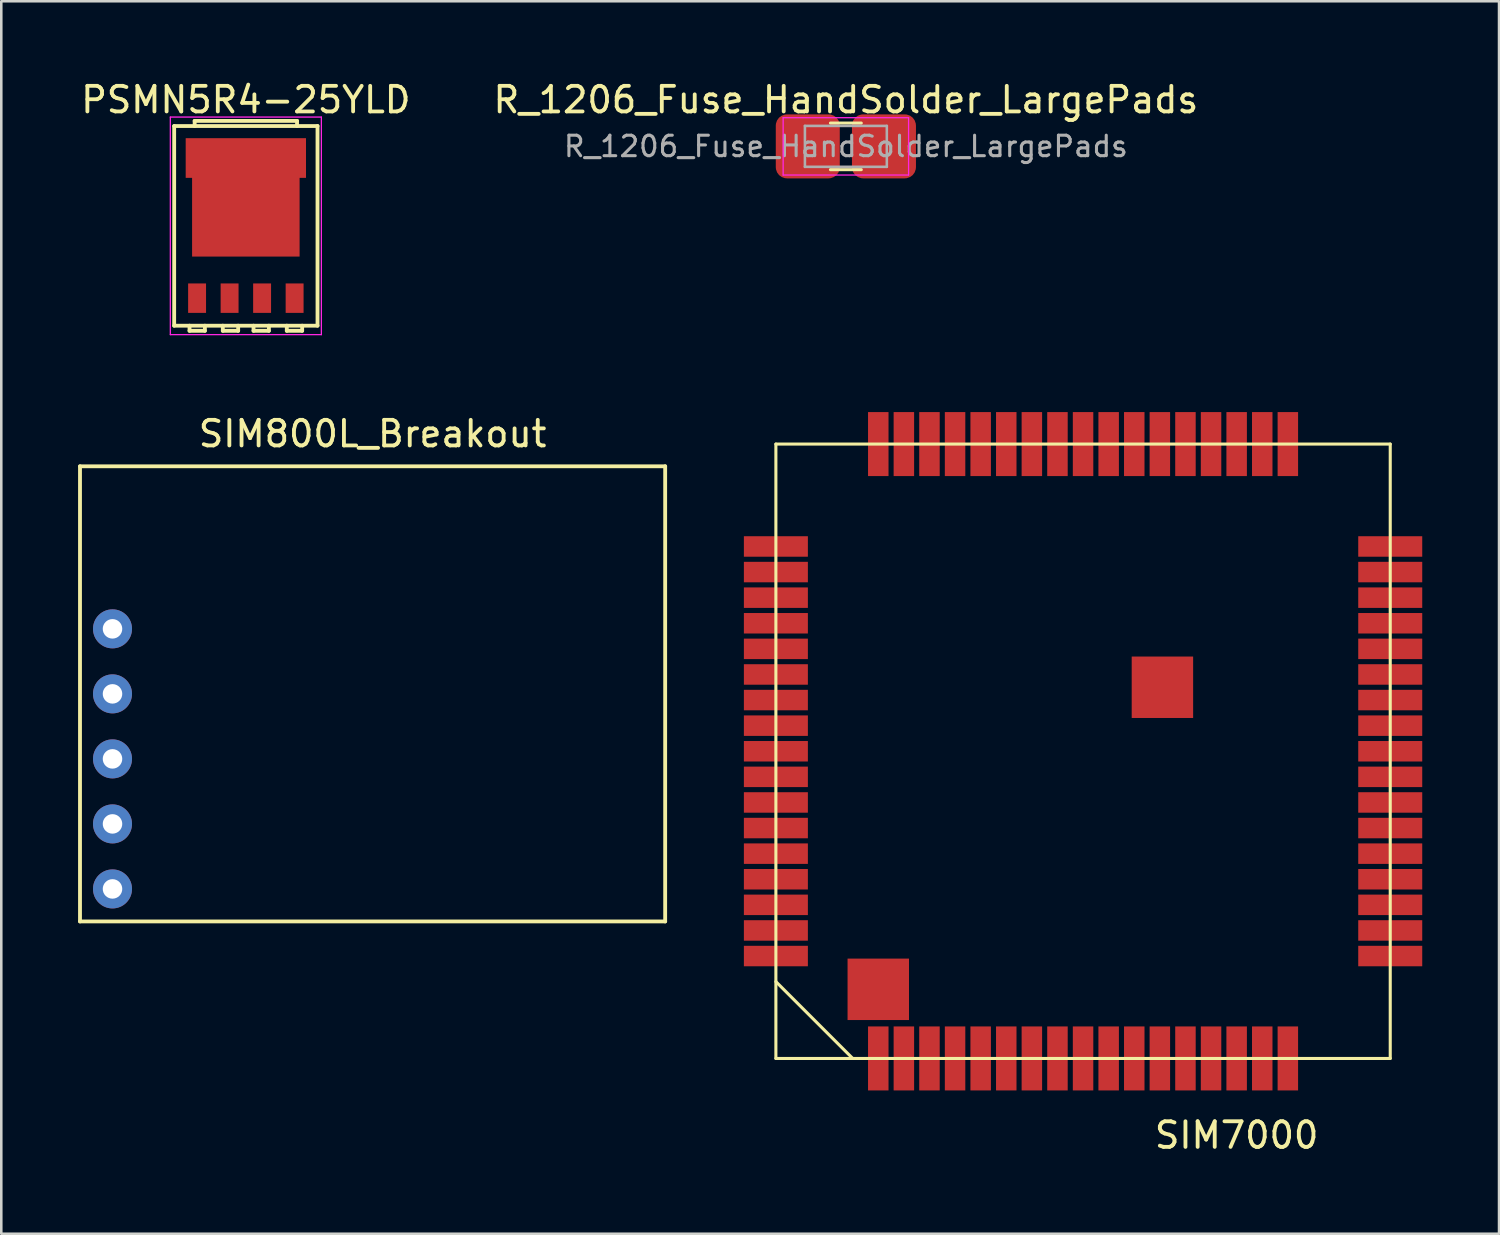
<source format=kicad_pcb>
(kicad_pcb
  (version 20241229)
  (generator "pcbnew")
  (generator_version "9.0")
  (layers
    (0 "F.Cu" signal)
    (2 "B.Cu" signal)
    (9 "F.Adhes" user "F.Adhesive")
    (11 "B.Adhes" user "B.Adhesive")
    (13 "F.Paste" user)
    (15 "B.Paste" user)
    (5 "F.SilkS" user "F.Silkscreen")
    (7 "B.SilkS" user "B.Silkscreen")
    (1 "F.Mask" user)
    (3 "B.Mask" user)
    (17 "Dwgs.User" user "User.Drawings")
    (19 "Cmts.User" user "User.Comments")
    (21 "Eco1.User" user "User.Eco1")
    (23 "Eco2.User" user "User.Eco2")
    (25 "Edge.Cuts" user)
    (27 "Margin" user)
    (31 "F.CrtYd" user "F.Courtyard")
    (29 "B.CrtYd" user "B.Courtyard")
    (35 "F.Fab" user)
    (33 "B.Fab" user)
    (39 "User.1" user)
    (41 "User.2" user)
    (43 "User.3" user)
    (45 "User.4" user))
  (footprint "SIM800L_Breakout"
    (layer "F.Cu")
    (at 11.505 24.056)
    (property "Reference" "SIM800L_Breakout" (at 0 -10.16 0) (layer "F.SilkS") (effects (font (size 1 1) (thickness 0.15))))
    (attr through_hole)
    (fp_line (start -11.43 -8.89) (end 11.43 -8.89) (stroke (width 0.15) (type solid)) (layer "F.SilkS"))
    (fp_line (start -11.43 8.89) (end -11.43 -8.89) (stroke (width 0.15) (type solid)) (layer "F.SilkS"))
    (fp_line (start 11.43 -8.89) (end 11.43 8.89) (stroke (width 0.15) (type solid)) (layer "F.SilkS"))
    (fp_line (start 11.43 8.89) (end -11.43 8.89) (stroke (width 0.15) (type solid)) (layer "F.SilkS"))
    (pad "1" thru_hole circle (at -10.16 -2.54) (size 1.524 1.524) (drill 0.762) (layers "*.Cu" "*.Mask"))
    (pad "2" thru_hole circle (at -10.16 0) (size 1.524 1.524) (drill 0.762) (layers "*.Cu" "*.Mask"))
    (pad "3" thru_hole circle (at -10.16 2.54) (size 1.524 1.524) (drill 0.762) (layers "*.Cu" "*.Mask"))
    (pad "4" thru_hole circle (at -10.16 5.08) (size 1.524 1.524) (drill 0.762) (layers "*.Cu" "*.Mask"))
    (pad "5" thru_hole circle (at -10.16 7.62) (size 1.524 1.524) (drill 0.762) (layers "*.Cu" "*.Mask")))
  (footprint "R_1206_Fuse_HandSolder_LargePads"
    (layer "F.Cu")
    (at 29.994 2.668)
    (property "Reference" "R_1206_Fuse_HandSolder_LargePads" (at 0 -1.82 0) (layer "F.SilkS") (effects (font (size 1 1) (thickness 0.15))))
    (attr smd)
    (fp_line (start -0.602 -0.91) (end 0.602 -0.91) (stroke (width 0.12) (type solid)) (layer "F.SilkS"))
    (fp_line (start -0.602 0.91) (end 0.602 0.91) (stroke (width 0.12) (type solid)) (layer "F.SilkS"))
    (fp_line (start -2.45 -1.12) (end 2.45 -1.12) (stroke (width 0.05) (type solid)) (layer "F.CrtYd"))
    (fp_line (start -2.45 1.12) (end -2.45 -1.12) (stroke (width 0.05) (type solid)) (layer "F.CrtYd"))
    (fp_line (start 2.45 -1.12) (end 2.45 1.12) (stroke (width 0.05) (type solid)) (layer "F.CrtYd"))
    (fp_line (start 2.45 1.12) (end -2.45 1.12) (stroke (width 0.05) (type solid)) (layer "F.CrtYd"))
    (fp_line (start -1.6 -0.8) (end 1.6 -0.8) (stroke (width 0.1) (type solid)) (layer "F.Fab"))
    (fp_line (start -1.6 0.8) (end -1.6 -0.8) (stroke (width 0.1) (type solid)) (layer "F.Fab"))
    (fp_line (start 1.6 -0.8) (end 1.6 0.8) (stroke (width 0.1) (type solid)) (layer "F.Fab"))
    (fp_line (start 1.6 0.8) (end -1.6 0.8) (stroke (width 0.1) (type solid)) (layer "F.Fab"))
    (fp_text user "${REFERENCE}" (at 0 0 0) (layer "F.Fab") (effects (font (size 0.8 0.8) (thickness 0.12))))
    (pad "1" smd roundrect (at -1.488 0) (size 2.5 2.5) (layers "F.Cu" "F.Mask" "F.Paste") (roundrect_rratio 0.175))
    (pad "2" smd roundrect (at 1.488 0) (size 2.5 2.5) (layers "F.Cu" "F.Mask" "F.Paste") (roundrect_rratio 0.175)))
  (footprint "PSMN5R4-25YLD"
    (layer "F.Cu")
    (at 6.554 5.773)
    (property "Reference" "PSMN5R4-25YLD" (at 0 -4.925 0) (layer "F.SilkS") (effects (font (size 1 1) (thickness 0.15))))
    (attr through_hole)
    (fp_line (start -2.8 -3.9) (end 2.8 -3.9) (stroke (width 0.15) (type solid)) (layer "F.SilkS"))
    (fp_line (start -2.8 3.9) (end -2.8 -3.9) (stroke (width 0.15) (type solid)) (layer "F.SilkS"))
    (fp_line (start -2.2 3.9) (end -2.2 4.1) (stroke (width 0.15) (type solid)) (layer "F.SilkS"))
    (fp_line (start -2.2 4.1) (end -1.6 4.1) (stroke (width 0.15) (type solid)) (layer "F.SilkS"))
    (fp_line (start -2 -4.1) (end 2 -4.1) (stroke (width 0.15) (type solid)) (layer "F.SilkS"))
    (fp_line (start -2 -3.9) (end -2 -4.1) (stroke (width 0.15) (type solid)) (layer "F.SilkS"))
    (fp_line (start -1.6 4.1) (end -1.6 3.9) (stroke (width 0.15) (type solid)) (layer "F.SilkS"))
    (fp_line (start -0.9 3.9) (end -0.9 4.1) (stroke (width 0.15) (type solid)) (layer "F.SilkS"))
    (fp_line (start -0.9 4.1) (end -0.3 4.1) (stroke (width 0.15) (type solid)) (layer "F.SilkS"))
    (fp_line (start -0.3 4.1) (end -0.3 3.9) (stroke (width 0.15) (type solid)) (layer "F.SilkS"))
    (fp_line (start 0.3 3.9) (end 0.3 4.1) (stroke (width 0.15) (type solid)) (layer "F.SilkS"))
    (fp_line (start 0.3 4.1) (end 0.9 4.1) (stroke (width 0.15) (type solid)) (layer "F.SilkS"))
    (fp_line (start 0.9 4.1) (end 0.9 3.9) (stroke (width 0.15) (type solid)) (layer "F.SilkS"))
    (fp_line (start 1.6 3.9) (end 1.6 4.1) (stroke (width 0.15) (type solid)) (layer "F.SilkS"))
    (fp_line (start 1.6 4.1) (end 2.2 4.1) (stroke (width 0.15) (type solid)) (layer "F.SilkS"))
    (fp_line (start 2 -4.1) (end 2 -3.9) (stroke (width 0.15) (type solid)) (layer "F.SilkS"))
    (fp_line (start 2.2 4.1) (end 2.2 3.9) (stroke (width 0.15) (type solid)) (layer "F.SilkS"))
    (fp_line (start 2.8 -3.9) (end 2.8 3.9) (stroke (width 0.15) (type solid)) (layer "F.SilkS"))
    (fp_line (start 2.8 3.9) (end -2.8 3.9) (stroke (width 0.15) (type solid)) (layer "F.SilkS"))
    (fp_line (start -2.95 -4.25) (end 2.95 -4.25) (stroke (width 0.05) (type solid)) (layer "F.CrtYd"))
    (fp_line (start -2.95 4.25) (end -2.95 -4.25) (stroke (width 0.05) (type solid)) (layer "F.CrtYd"))
    (fp_line (start -2.95 4.25) (end 2.95 4.25) (stroke (width 0.05) (type solid)) (layer "F.CrtYd"))
    (fp_line (start 2.95 -4.25) (end 2.95 4.25) (stroke (width 0.05) (type solid)) (layer "F.CrtYd"))
    (pad "" smd rect (at -1.875 -2.9) (size 0.6 0.9) (layers "F.Paste"))
    (pad "" smd rect (at -1.15 -1.05 90) (size 0.6 0.9) (layers "F.Paste"))
    (pad "" smd rect (at -1.15 -0.2 90) (size 0.6 0.9) (layers "F.Paste"))
    (pad "" smd rect (at -1.15 0.65 90) (size 0.6 0.9) (layers "F.Paste"))
    (pad "" smd rect (at -0.6 -2.9) (size 0.6 0.9) (layers "F.Paste"))
    (pad "" smd rect (at 0 -1.05 90) (size 0.6 0.9) (layers "F.Paste"))
    (pad "" smd rect (at 0 -0.2 90) (size 0.6 0.9) (layers "F.Paste"))
    (pad "" smd rect (at 0 0.65 90) (size 0.6 0.9) (layers "F.Paste"))
    (pad "" smd rect (at 0.6 -2.9) (size 0.6 0.9) (layers "F.Paste"))
    (pad "" smd rect (at 1.15 -1.05 90) (size 0.6 0.9) (layers "F.Paste"))
    (pad "" smd rect (at 1.15 -0.2 90) (size 0.6 0.9) (layers "F.Paste"))
    (pad "" smd rect (at 1.15 0.65 90) (size 0.6 0.9) (layers "F.Paste"))
    (pad "" smd rect (at 1.875 -2.9) (size 0.6 0.9) (layers "F.Paste"))
    (pad "1" smd rect (at -1.905 2.825) (size 0.7 1.15) (layers "F.Cu" "F.Mask" "F.Paste"))
    (pad "1" smd rect (at -0.635 2.825) (size 0.7 1.15) (layers "F.Cu" "F.Mask" "F.Paste"))
    (pad "1" smd rect (at 0.635 2.825) (size 0.7 1.15) (layers "F.Cu" "F.Mask" "F.Paste"))
    (pad "2" smd rect (at 1.905 2.825) (size 0.7 1.15) (layers "F.Cu" "F.Mask" "F.Paste"))
    (pad "3" smd rect (at 0 -2.65) (size 4.7 1.55) (layers "F.Cu" "F.Mask"))
    (pad "3" smd rect (at 0 -0.45) (size 4.2 3.3) (layers "F.Cu" "F.Mask")))
  (footprint "SIM7000"
    (layer "F.Cu")
    (at 39.26 26.298)
    (property "Reference" "SIM7000" (at 6 15 0) (layer "F.SilkS") (effects (font (size 1 1) (thickness 0.15))))
    (attr through_hole)
    (fp_line (start -12 -12) (end 12 -12) (stroke (width 0.12) (type solid)) (layer "F.SilkS"))
    (fp_line (start -12 9) (end -9 12) (stroke (width 0.12) (type solid)) (layer "F.SilkS"))
    (fp_line (start -12 12) (end -12 -12) (stroke (width 0.12) (type solid)) (layer "F.SilkS"))
    (fp_line (start 12 -12) (end 12 12) (stroke (width 0.12) (type solid)) (layer "F.SilkS"))
    (fp_line (start 12 12) (end -12 12) (stroke (width 0.12) (type solid)) (layer "F.SilkS"))
    (pad "" smd rect (at -8 9.3 270) (size 2.4 2.4) (layers "F.Cu" "F.Mask" "F.Paste"))
    (pad "" smd rect (at 3.1 -2.5 270) (size 2.4 2.4) (layers "F.Cu" "F.Mask" "F.Paste"))
    (pad "1" smd rect (at -8 12) (size 0.8 2.5) (layers "F.Cu" "F.Mask" "F.Paste"))
    (pad "2" smd rect (at -7 12) (size 0.8 2.5) (layers "F.Cu" "F.Mask" "F.Paste"))
    (pad "3" smd rect (at -6 12) (size 0.8 2.5) (layers "F.Cu" "F.Mask" "F.Paste"))
    (pad "4" smd rect (at -5 12) (size 0.8 2.5) (layers "F.Cu" "F.Mask" "F.Paste"))
    (pad "5" smd rect (at -4 12) (size 0.8 2.5) (layers "F.Cu" "F.Mask" "F.Paste"))
    (pad "6" smd rect (at -3 12) (size 0.8 2.5) (layers "F.Cu" "F.Mask" "F.Paste"))
    (pad "7" smd rect (at -2 12) (size 0.8 2.5) (layers "F.Cu" "F.Mask" "F.Paste"))
    (pad "8" smd rect (at -1 12) (size 0.8 2.5) (layers "F.Cu" "F.Mask" "F.Paste"))
    (pad "9" smd rect (at 0 12) (size 0.8 2.5) (layers "F.Cu" "F.Mask" "F.Paste"))
    (pad "10" smd rect (at 1 12) (size 0.8 2.5) (layers "F.Cu" "F.Mask" "F.Paste"))
    (pad "11" smd rect (at 2 12) (size 0.8 2.5) (layers "F.Cu" "F.Mask" "F.Paste"))
    (pad "12" smd rect (at 3 12) (size 0.8 2.5) (layers "F.Cu" "F.Mask" "F.Paste"))
    (pad "13" smd rect (at 4 12) (size 0.8 2.5) (layers "F.Cu" "F.Mask" "F.Paste"))
    (pad "14" smd rect (at 5 12) (size 0.8 2.5) (layers "F.Cu" "F.Mask" "F.Paste"))
    (pad "15" smd rect (at 6 12) (size 0.8 2.5) (layers "F.Cu" "F.Mask" "F.Paste"))
    (pad "16" smd rect (at 7 12) (size 0.8 2.5) (layers "F.Cu" "F.Mask" "F.Paste"))
    (pad "17" smd rect (at 8 12) (size 0.8 2.5) (layers "F.Cu" "F.Mask" "F.Paste"))
    (pad "18" smd rect (at 12 8 90) (size 0.8 2.5) (layers "F.Cu" "F.Mask" "F.Paste"))
    (pad "19" smd rect (at 12 7 90) (size 0.8 2.5) (layers "F.Cu" "F.Mask" "F.Paste"))
    (pad "20" smd rect (at 12 6 90) (size 0.8 2.5) (layers "F.Cu" "F.Mask" "F.Paste"))
    (pad "21" smd rect (at 12 5 90) (size 0.8 2.5) (layers "F.Cu" "F.Mask" "F.Paste"))
    (pad "22" smd rect (at 12 4 90) (size 0.8 2.5) (layers "F.Cu" "F.Mask" "F.Paste"))
    (pad "23" smd rect (at 12 3 90) (size 0.8 2.5) (layers "F.Cu" "F.Mask" "F.Paste"))
    (pad "24" smd rect (at 12 2 90) (size 0.8 2.5) (layers "F.Cu" "F.Mask" "F.Paste"))
    (pad "25" smd rect (at 12 1 90) (size 0.8 2.5) (layers "F.Cu" "F.Mask" "F.Paste"))
    (pad "26" smd rect (at 12 0 90) (size 0.8 2.5) (layers "F.Cu" "F.Mask" "F.Paste"))
    (pad "27" smd rect (at 12 -1 90) (size 0.8 2.5) (layers "F.Cu" "F.Mask" "F.Paste"))
    (pad "28" smd rect (at 12 -2 90) (size 0.8 2.5) (layers "F.Cu" "F.Mask" "F.Paste"))
    (pad "29" smd rect (at 12 -3 90) (size 0.8 2.5) (layers "F.Cu" "F.Mask" "F.Paste"))
    (pad "30" smd rect (at 12 -4 90) (size 0.8 2.5) (layers "F.Cu" "F.Mask" "F.Paste"))
    (pad "31" smd rect (at 12 -5 90) (size 0.8 2.5) (layers "F.Cu" "F.Mask" "F.Paste"))
    (pad "32" smd rect (at 12 -6 90) (size 0.8 2.5) (layers "F.Cu" "F.Mask" "F.Paste"))
    (pad "33" smd rect (at 12 -7 90) (size 0.8 2.5) (layers "F.Cu" "F.Mask" "F.Paste"))
    (pad "34" smd rect (at 12 -8 90) (size 0.8 2.5) (layers "F.Cu" "F.Mask" "F.Paste"))
    (pad "35" smd rect (at 8 -12) (size 0.8 2.5) (layers "F.Cu" "F.Mask" "F.Paste"))
    (pad "36" smd rect (at 7 -12) (size 0.8 2.5) (layers "F.Cu" "F.Mask" "F.Paste"))
    (pad "37" smd rect (at 6 -12) (size 0.8 2.5) (layers "F.Cu" "F.Mask" "F.Paste"))
    (pad "38" smd rect (at 5 -12) (size 0.8 2.5) (layers "F.Cu" "F.Mask" "F.Paste"))
    (pad "39" smd rect (at 4 -12) (size 0.8 2.5) (layers "F.Cu" "F.Mask" "F.Paste"))
    (pad "40" smd rect (at 3 -12) (size 0.8 2.5) (layers "F.Cu" "F.Mask" "F.Paste"))
    (pad "41" smd rect (at 2 -12) (size 0.8 2.5) (layers "F.Cu" "F.Mask" "F.Paste"))
    (pad "42" smd rect (at 1 -12) (size 0.8 2.5) (layers "F.Cu" "F.Mask" "F.Paste"))
    (pad "43" smd rect (at 0 -12) (size 0.8 2.5) (layers "F.Cu" "F.Mask" "F.Paste"))
    (pad "44" smd rect (at -1 -12) (size 0.8 2.5) (layers "F.Cu" "F.Mask" "F.Paste"))
    (pad "45" smd rect (at -2 -12) (size 0.8 2.5) (layers "F.Cu" "F.Mask" "F.Paste"))
    (pad "46" smd rect (at -3 -12) (size 0.8 2.5) (layers "F.Cu" "F.Mask" "F.Paste"))
    (pad "47" smd rect (at -4 -12) (size 0.8 2.5) (layers "F.Cu" "F.Mask" "F.Paste"))
    (pad "48" smd rect (at -5 -12) (size 0.8 2.5) (layers "F.Cu" "F.Mask" "F.Paste"))
    (pad "49" smd rect (at -6 -12) (size 0.8 2.5) (layers "F.Cu" "F.Mask" "F.Paste"))
    (pad "50" smd rect (at -7 -12) (size 0.8 2.5) (layers "F.Cu" "F.Mask" "F.Paste"))
    (pad "51" smd rect (at -8 -12) (size 0.8 2.5) (layers "F.Cu" "F.Mask" "F.Paste"))
    (pad "52" smd rect (at -12 -8 270) (size 0.8 2.5) (layers "F.Cu" "F.Mask" "F.Paste"))
    (pad "53" smd rect (at -12 -7 270) (size 0.8 2.5) (layers "F.Cu" "F.Mask" "F.Paste"))
    (pad "54" smd rect (at -12 -6 270) (size 0.8 2.5) (layers "F.Cu" "F.Mask" "F.Paste"))
    (pad "55" smd rect (at -12 -5 270) (size 0.8 2.5) (layers "F.Cu" "F.Mask" "F.Paste"))
    (pad "56" smd rect (at -12 -4 270) (size 0.8 2.5) (layers "F.Cu" "F.Mask" "F.Paste"))
    (pad "57" smd rect (at -12 -3 270) (size 0.8 2.5) (layers "F.Cu" "F.Mask" "F.Paste"))
    (pad "58" smd rect (at -12 -2 270) (size 0.8 2.5) (layers "F.Cu" "F.Mask" "F.Paste"))
    (pad "59" smd rect (at -12 -1 270) (size 0.8 2.5) (layers "F.Cu" "F.Mask" "F.Paste"))
    (pad "60" smd rect (at -12 0 270) (size 0.8 2.5) (layers "F.Cu" "F.Mask" "F.Paste"))
    (pad "61" smd rect (at -12 1 270) (size 0.8 2.5) (layers "F.Cu" "F.Mask" "F.Paste"))
    (pad "62" smd rect (at -12 2 270) (size 0.8 2.5) (layers "F.Cu" "F.Mask" "F.Paste"))
    (pad "63" smd rect (at -12 3 270) (size 0.8 2.5) (layers "F.Cu" "F.Mask" "F.Paste"))
    (pad "64" smd rect (at -12 4 270) (size 0.8 2.5) (layers "F.Cu" "F.Mask" "F.Paste"))
    (pad "65" smd rect (at -12 5 270) (size 0.8 2.5) (layers "F.Cu" "F.Mask" "F.Paste"))
    (pad "66" smd rect (at -12 6 270) (size 0.8 2.5) (layers "F.Cu" "F.Mask" "F.Paste"))
    (pad "67" smd rect (at -12 7 270) (size 0.8 2.5) (layers "F.Cu" "F.Mask" "F.Paste"))
    (pad "68" smd rect (at -12 8 270) (size 0.8 2.5) (layers "F.Cu" "F.Mask" "F.Paste")))
  (gr_rect
    (start -3 -3)
    (end 55.51 45.147)
    (stroke (width 0.1) (type default))
    (fill no)
    (layer "Edge.Cuts")))
</source>
